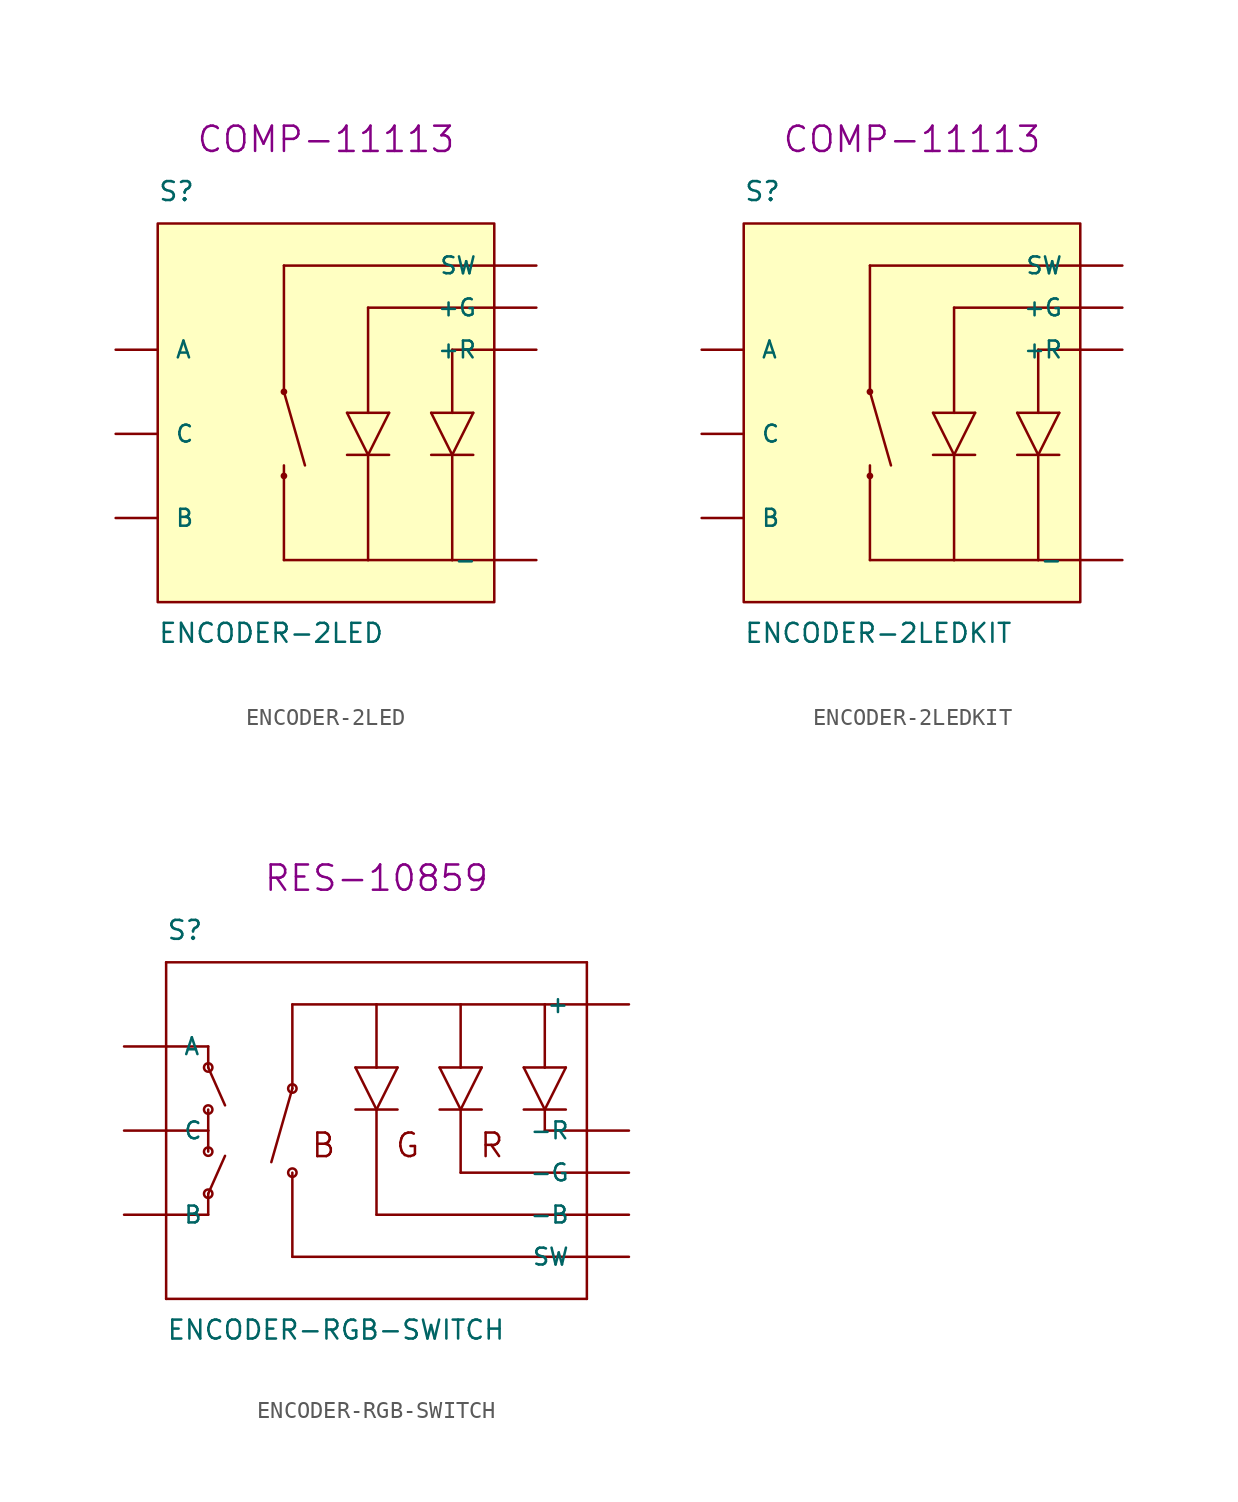
<source format=kicad_sym>
(kicad_symbol_lib
  (version 20201005)
  (generator kicad_symbol_editor)
  (symbol "ENCODER-2LED"
    (pin_numbers hide)
    (pin_names
      (offset 1.016))
    (property "Reference" "S"
      (at -10.16 13.97 0)
      (effects (font (size 1.143 1.143)) (justify left bottom)))
    (property "Value" "ENCODER-2LED"
      (at -10.16 -12.7 0)
      (effects (font (size 1.143 1.143)) (justify left bottom)))
    (property "Field4" "COMP-11113"
      (at 0 17.78 0)
      (effects (font (size 1.524 1.524))))
    (property "ki_locked" ""
      (at 0 0 0)
      (effects (font (size 1.27 1.27))))
    (symbol "ENCODER-2LED_1_0"
      (polyline (pts (xy -2.54 -7.62) (xy 2.54 -7.62)) (stroke (width 0)) (fill (type none)))
      (polyline (pts (xy -2.54 -1.905) (xy -2.54 -7.62)) (stroke (width 0)) (fill (type none)))
      (polyline (pts (xy -2.54 2.54) (xy -2.54 10.16)) (stroke (width 0)) (fill (type none)))
      (polyline (pts (xy -2.54 2.54) (xy -1.27 -1.905)) (stroke (width 0)) (fill (type none)))
      (polyline (pts (xy -2.54 10.16) (xy 10.16 10.16)) (stroke (width 0)) (fill (type none)))
      (polyline (pts (xy 2.54 -7.62) (xy 7.62 -7.62)) (stroke (width 0)) (fill (type none)))
      (polyline (pts (xy 2.54 -1.27) (xy 1.27 -1.27)) (stroke (width 0)) (fill (type none)))
      (polyline (pts (xy 2.54 -1.27) (xy 1.27 1.27)) (stroke (width 0)) (fill (type none)))
      (polyline (pts (xy 2.54 -1.27) (xy 2.54 -7.62)) (stroke (width 0)) (fill (type none)))
      (polyline (pts (xy 2.54 1.27) (xy 1.27 1.27)) (stroke (width 0)) (fill (type none)))
      (polyline (pts (xy 2.54 1.27) (xy 2.54 7.62)) (stroke (width 0)) (fill (type none)))
      (polyline (pts (xy 2.54 7.62) (xy 10.16 7.62)) (stroke (width 0)) (fill (type none)))
      (polyline (pts (xy 3.81 -1.27) (xy 2.54 -1.27)) (stroke (width 0)) (fill (type none)))
      (polyline (pts (xy 3.81 1.27) (xy 2.54 -1.27)) (stroke (width 0)) (fill (type none)))
      (polyline (pts (xy 3.81 1.27) (xy 2.54 1.27)) (stroke (width 0)) (fill (type none)))
      (polyline (pts (xy 7.62 -7.62) (xy 10.16 -7.62)) (stroke (width 0)) (fill (type none)))
      (polyline (pts (xy 7.62 -1.27) (xy 6.35 -1.27)) (stroke (width 0)) (fill (type none)))
      (polyline (pts (xy 7.62 -1.27) (xy 6.35 1.27)) (stroke (width 0)) (fill (type none)))
      (polyline (pts (xy 7.62 -1.27) (xy 7.62 -7.62)) (stroke (width 0)) (fill (type none)))
      (polyline (pts (xy 7.62 1.27) (xy 6.35 1.27)) (stroke (width 0)) (fill (type none)))
      (polyline (pts (xy 7.62 1.27) (xy 7.62 5.08)) (stroke (width 0)) (fill (type none)))
      (polyline (pts (xy 7.62 5.08) (xy 10.16 5.08)) (stroke (width 0)) (fill (type none)))
      (polyline (pts (xy 8.89 -1.27) (xy 7.62 -1.27)) (stroke (width 0)) (fill (type none)))
      (polyline (pts (xy 8.89 1.27) (xy 7.62 -1.27)) (stroke (width 0)) (fill (type none)))
      (polyline (pts (xy 8.89 1.27) (xy 7.62 1.27)) (stroke (width 0)) (fill (type none))))
    (symbol "ENCODER-2LED_1_1"
      (circle (center -2.54 -2.54) (radius 0.127) (stroke (width 0)) (fill (type outline)))
      (circle (center -2.54 2.54) (radius 0.127) (stroke (width 0)) (fill (type outline)))
      (polyline (pts (xy -10.16 12.7) (xy -10.16 -10.16) (xy 10.16 -10.16) (xy 10.16 -7.62) (xy 10.16 5.08) (xy 10.16 7.62) (xy 10.16 10.16) (xy 10.16 12.7) (xy -10.16 12.7)) (stroke (width 0)) (fill (type background)))
      (pin bidirectional line (at -12.7 5.08 0) (length 2.54) (name "A" (effects (font (size 1.016 1.016)))) (number "A" (effects (font (size 1.016 1.016)))))
      (pin bidirectional line (at -12.7 -5.08 0) (length 2.54) (name "B" (effects (font (size 1.016 1.016)))) (number "B" (effects (font (size 1.016 1.016)))))
      (pin bidirectional line (at -12.7 0 0) (length 2.54) (name "C" (effects (font (size 1.016 1.016)))) (number "C" (effects (font (size 1.016 1.016)))))
      (pin passive line (at 12.7 7.62 180) (length 2.54) (name "+G" (effects (font (size 1.016 1.016)))) (number "+G" (effects (font (size 1.016 1.016)))))
      (pin passive line (at 12.7 5.08 180) (length 2.54) (name "+R" (effects (font (size 1.016 1.016)))) (number "+R" (effects (font (size 1.016 1.016)))))
      (pin passive line (at 12.7 10.16 180) (length 2.54) (name "SW" (effects (font (size 1.016 1.016)))) (number "SW" (effects (font (size 1.016 1.016)))))
      (pin passive line (at 12.7 -7.62 180) (length 2.54) (name "-" (effects (font (size 1.016 1.016)))) (number "GND" (effects (font (size 1.016 1.016)))))))
  (symbol "ENCODER-2LEDKIT"
    (pin_numbers hide)
    (pin_names
      (offset 1.016))
    (property "Reference" "S"
      (at -10.16 13.97 0)
      (effects (font (size 1.143 1.143)) (justify left bottom)))
    (property "Value" "ENCODER-2LEDKIT"
      (at -10.16 -12.7 0)
      (effects (font (size 1.143 1.143)) (justify left bottom)))
    (property "Field4" "COMP-11113"
      (at 0 17.78 0)
      (effects (font (size 1.524 1.524))))
    (property "ki_locked" ""
      (at 0 0 0)
      (effects (font (size 1.27 1.27))))
    (symbol "ENCODER-2LEDKIT_1_0"
      (polyline (pts (xy -2.54 -7.62) (xy 2.54 -7.62)) (stroke (width 0)) (fill (type none)))
      (polyline (pts (xy -2.54 -1.905) (xy -2.54 -7.62)) (stroke (width 0)) (fill (type none)))
      (polyline (pts (xy -2.54 2.54) (xy -2.54 10.16)) (stroke (width 0)) (fill (type none)))
      (polyline (pts (xy -2.54 2.54) (xy -1.27 -1.905)) (stroke (width 0)) (fill (type none)))
      (polyline (pts (xy -2.54 10.16) (xy 10.16 10.16)) (stroke (width 0)) (fill (type none)))
      (polyline (pts (xy 2.54 -7.62) (xy 7.62 -7.62)) (stroke (width 0)) (fill (type none)))
      (polyline (pts (xy 2.54 -1.27) (xy 1.27 -1.27)) (stroke (width 0)) (fill (type none)))
      (polyline (pts (xy 2.54 -1.27) (xy 1.27 1.27)) (stroke (width 0)) (fill (type none)))
      (polyline (pts (xy 2.54 -1.27) (xy 2.54 -7.62)) (stroke (width 0)) (fill (type none)))
      (polyline (pts (xy 2.54 1.27) (xy 1.27 1.27)) (stroke (width 0)) (fill (type none)))
      (polyline (pts (xy 2.54 1.27) (xy 2.54 7.62)) (stroke (width 0)) (fill (type none)))
      (polyline (pts (xy 2.54 7.62) (xy 10.16 7.62)) (stroke (width 0)) (fill (type none)))
      (polyline (pts (xy 3.81 -1.27) (xy 2.54 -1.27)) (stroke (width 0)) (fill (type none)))
      (polyline (pts (xy 3.81 1.27) (xy 2.54 -1.27)) (stroke (width 0)) (fill (type none)))
      (polyline (pts (xy 3.81 1.27) (xy 2.54 1.27)) (stroke (width 0)) (fill (type none)))
      (polyline (pts (xy 7.62 -7.62) (xy 10.16 -7.62)) (stroke (width 0)) (fill (type none)))
      (polyline (pts (xy 7.62 -1.27) (xy 6.35 -1.27)) (stroke (width 0)) (fill (type none)))
      (polyline (pts (xy 7.62 -1.27) (xy 6.35 1.27)) (stroke (width 0)) (fill (type none)))
      (polyline (pts (xy 7.62 -1.27) (xy 7.62 -7.62)) (stroke (width 0)) (fill (type none)))
      (polyline (pts (xy 7.62 1.27) (xy 6.35 1.27)) (stroke (width 0)) (fill (type none)))
      (polyline (pts (xy 7.62 1.27) (xy 7.62 5.08)) (stroke (width 0)) (fill (type none)))
      (polyline (pts (xy 7.62 5.08) (xy 10.16 5.08)) (stroke (width 0)) (fill (type none)))
      (polyline (pts (xy 8.89 -1.27) (xy 7.62 -1.27)) (stroke (width 0)) (fill (type none)))
      (polyline (pts (xy 8.89 1.27) (xy 7.62 -1.27)) (stroke (width 0)) (fill (type none)))
      (polyline (pts (xy 8.89 1.27) (xy 7.62 1.27)) (stroke (width 0)) (fill (type none))))
    (symbol "ENCODER-2LEDKIT_1_1"
      (circle (center -2.54 -2.54) (radius 0.127) (stroke (width 0)) (fill (type outline)))
      (circle (center -2.54 2.54) (radius 0.127) (stroke (width 0)) (fill (type outline)))
      (polyline (pts (xy -10.16 12.7) (xy -10.16 -10.16) (xy 10.16 -10.16) (xy 10.16 -7.62) (xy 10.16 5.08) (xy 10.16 7.62) (xy 10.16 10.16) (xy 10.16 12.7) (xy -10.16 12.7)) (stroke (width 0)) (fill (type background)))
      (pin bidirectional line (at -12.7 5.08 0) (length 2.54) (name "A" (effects (font (size 1.016 1.016)))) (number "A" (effects (font (size 1.016 1.016)))))
      (pin bidirectional line (at -12.7 -5.08 0) (length 2.54) (name "B" (effects (font (size 1.016 1.016)))) (number "B" (effects (font (size 1.016 1.016)))))
      (pin bidirectional line (at -12.7 0 0) (length 2.54) (name "C" (effects (font (size 1.016 1.016)))) (number "C" (effects (font (size 1.016 1.016)))))
      (pin passive line (at 12.7 7.62 180) (length 2.54) (name "+G" (effects (font (size 1.016 1.016)))) (number "+G" (effects (font (size 1.016 1.016)))))
      (pin passive line (at 12.7 5.08 180) (length 2.54) (name "+R" (effects (font (size 1.016 1.016)))) (number "+R" (effects (font (size 1.016 1.016)))))
      (pin passive line (at 12.7 10.16 180) (length 2.54) (name "SW" (effects (font (size 1.016 1.016)))) (number "SW" (effects (font (size 1.016 1.016)))))
      (pin passive line (at 12.7 -7.62 180) (length 2.54) (name "-" (effects (font (size 1.016 1.016)))) (number "GND" (effects (font (size 1.016 1.016)))))))
  (symbol "ENCODER-RGB-SWITCH"
    (pin_numbers hide)
    (pin_names
      (offset 1.016))
    (property "Reference" "S"
      (at -12.7 11.43 0)
      (effects (font (size 1.143 1.143)) (justify left bottom)))
    (property "Value" "ENCODER-RGB-SWITCH"
      (at -12.7 -12.7 0)
      (effects (font (size 1.143 1.143)) (justify left bottom)))
    (property "Field4" "RES-10859"
      (at 0 15.24 0)
      (effects (font (size 1.524 1.524))))
    (property "ki_locked" ""
      (at 0 0 0)
      (effects (font (size 1.27 1.27))))
    (symbol "ENCODER-RGB-SWITCH_1_0"
      (text "B" (at -3.2 -0.889 0) (effects (font (size 1.422 1.422))))
      (text "G" (at 1.88 -0.889 0) (effects (font (size 1.422 1.422))))
      (text "R" (at 6.96 -0.889 0) (effects (font (size 1.422 1.422))))
      (polyline (pts (xy -12.7 -10.16) (xy 12.7 -10.16)) (stroke (width 0)) (fill (type none)))
      (polyline (pts (xy -12.7 -5.08) (xy -12.7 -10.16)) (stroke (width 0)) (fill (type none)))
      (polyline (pts (xy -12.7 0) (xy -12.7 -5.08)) (stroke (width 0)) (fill (type none)))
      (polyline (pts (xy -12.7 5.08) (xy -12.7 0)) (stroke (width 0)) (fill (type none)))
      (polyline (pts (xy -12.7 5.08) (xy -10.16 5.08)) (stroke (width 0)) (fill (type none)))
      (polyline (pts (xy -12.7 10.16) (xy -12.7 5.08)) (stroke (width 0)) (fill (type none)))
      (polyline (pts (xy -10.16 -5.08) (xy -12.7 -5.08)) (stroke (width 0)) (fill (type none)))
      (polyline (pts (xy -10.16 -5.08) (xy -10.16 -3.81)) (stroke (width 0)) (fill (type none)))
      (polyline (pts (xy -10.16 -3.81) (xy -9.144 -1.524)) (stroke (width 0)) (fill (type none)))
      (polyline (pts (xy -10.16 0) (xy -12.7 0)) (stroke (width 0)) (fill (type none)))
      (polyline (pts (xy -10.16 0) (xy -10.16 -1.27)) (stroke (width 0)) (fill (type none)))
      (polyline (pts (xy -10.16 0) (xy -10.16 1.27)) (stroke (width 0)) (fill (type none)))
      (polyline (pts (xy -10.16 3.81) (xy -9.144 1.524)) (stroke (width 0)) (fill (type none)))
      (polyline (pts (xy -10.16 5.08) (xy -10.16 3.81)) (stroke (width 0)) (fill (type none)))
      (polyline (pts (xy -5.08 -7.62) (xy -5.08 -2.54)) (stroke (width 0)) (fill (type none)))
      (polyline (pts (xy -5.08 -7.62) (xy 12.7 -7.62)) (stroke (width 0)) (fill (type none)))
      (polyline (pts (xy -5.08 2.54) (xy -6.35 -1.905)) (stroke (width 0)) (fill (type none)))
      (polyline (pts (xy -5.08 7.62) (xy -5.08 2.54)) (stroke (width 0)) (fill (type none)))
      (polyline (pts (xy -5.08 7.62) (xy 0 7.62)) (stroke (width 0)) (fill (type none)))
      (polyline (pts (xy -1.27 1.27) (xy 0 1.27)) (stroke (width 0)) (fill (type none)))
      (polyline (pts (xy -1.27 3.81) (xy 0 1.27)) (stroke (width 0)) (fill (type none)))
      (polyline (pts (xy -1.27 3.81) (xy 0 3.81)) (stroke (width 0)) (fill (type none)))
      (polyline (pts (xy 0 -5.08) (xy 0 1.27)) (stroke (width 0)) (fill (type none)))
      (polyline (pts (xy 0 -5.08) (xy 12.7 -5.08)) (stroke (width 0)) (fill (type none)))
      (polyline (pts (xy 0 1.27) (xy 1.27 1.27)) (stroke (width 0)) (fill (type none)))
      (polyline (pts (xy 0 1.27) (xy 1.27 3.81)) (stroke (width 0)) (fill (type none)))
      (polyline (pts (xy 0 3.81) (xy 1.27 3.81)) (stroke (width 0)) (fill (type none)))
      (polyline (pts (xy 0 7.62) (xy 0 3.81)) (stroke (width 0)) (fill (type none)))
      (polyline (pts (xy 0 7.62) (xy 5.08 7.62)) (stroke (width 0)) (fill (type none)))
      (polyline (pts (xy 3.81 1.27) (xy 5.08 1.27)) (stroke (width 0)) (fill (type none)))
      (polyline (pts (xy 3.81 3.81) (xy 5.08 1.27)) (stroke (width 0)) (fill (type none)))
      (polyline (pts (xy 3.81 3.81) (xy 5.08 3.81)) (stroke (width 0)) (fill (type none)))
      (polyline (pts (xy 5.08 -2.54) (xy 5.08 1.27)) (stroke (width 0)) (fill (type none)))
      (polyline (pts (xy 5.08 -2.54) (xy 12.7 -2.54)) (stroke (width 0)) (fill (type none)))
      (polyline (pts (xy 5.08 1.27) (xy 6.35 1.27)) (stroke (width 0)) (fill (type none)))
      (polyline (pts (xy 5.08 1.27) (xy 6.35 3.81)) (stroke (width 0)) (fill (type none)))
      (polyline (pts (xy 5.08 3.81) (xy 6.35 3.81)) (stroke (width 0)) (fill (type none)))
      (polyline (pts (xy 5.08 7.62) (xy 5.08 3.81)) (stroke (width 0)) (fill (type none)))
      (polyline (pts (xy 5.08 7.62) (xy 10.16 7.62)) (stroke (width 0)) (fill (type none)))
      (polyline (pts (xy 8.89 1.27) (xy 10.16 1.27)) (stroke (width 0)) (fill (type none)))
      (polyline (pts (xy 8.89 3.81) (xy 10.16 1.27)) (stroke (width 0)) (fill (type none)))
      (polyline (pts (xy 8.89 3.81) (xy 10.16 3.81)) (stroke (width 0)) (fill (type none)))
      (polyline (pts (xy 10.16 0) (xy 10.16 1.27)) (stroke (width 0)) (fill (type none)))
      (polyline (pts (xy 10.16 0) (xy 12.7 0)) (stroke (width 0)) (fill (type none)))
      (polyline (pts (xy 10.16 1.27) (xy 11.43 1.27)) (stroke (width 0)) (fill (type none)))
      (polyline (pts (xy 10.16 1.27) (xy 11.43 3.81)) (stroke (width 0)) (fill (type none)))
      (polyline (pts (xy 10.16 3.81) (xy 11.43 3.81)) (stroke (width 0)) (fill (type none)))
      (polyline (pts (xy 10.16 7.62) (xy 10.16 3.81)) (stroke (width 0)) (fill (type none)))
      (polyline (pts (xy 10.16 7.62) (xy 12.7 7.62)) (stroke (width 0)) (fill (type none)))
      (polyline (pts (xy 12.7 10.16) (xy -12.7 10.16)) (stroke (width 0)) (fill (type none)))
      (polyline (pts (xy 12.7 10.16) (xy 12.7 -10.16)) (stroke (width 0)) (fill (type none))))
    (symbol "ENCODER-RGB-SWITCH_1_1"
      (circle (center -10.16 -3.81) (radius 0.254) (stroke (width 0)) (fill (type none)))
      (circle (center -10.16 -1.27) (radius 0.254) (stroke (width 0)) (fill (type none)))
      (circle (center -10.16 1.27) (radius 0.254) (stroke (width 0)) (fill (type none)))
      (circle (center -10.16 3.81) (radius 0.254) (stroke (width 0)) (fill (type none)))
      (circle (center -5.08 -2.54) (radius 0.254) (stroke (width 0)) (fill (type none)))
      (circle (center -5.08 2.54) (radius 0.254) (stroke (width 0)) (fill (type none)))
      (pin passive line (at 15.24 0 180) (length 2.54) (name "-R" (effects (font (size 1.016 1.016)))) (number "1" (effects (font (size 1.016 1.016)))))
      (pin passive line (at 15.24 -2.54 180) (length 2.54) (name "-G" (effects (font (size 1.016 1.016)))) (number "2" (effects (font (size 1.016 1.016)))))
      (pin passive line (at 15.24 -7.62 180) (length 2.54) (name "SW" (effects (font (size 1.016 1.016)))) (number "3" (effects (font (size 1.016 1.016)))))
      (pin passive line (at 15.24 -5.08 180) (length 2.54) (name "-B" (effects (font (size 1.016 1.016)))) (number "4" (effects (font (size 1.016 1.016)))))
      (pin passive line (at 15.24 7.62 180) (length 2.54) (name "+" (effects (font (size 1.016 1.016)))) (number "5" (effects (font (size 1.016 1.016)))))
      (pin bidirectional line (at -15.24 5.08 0) (length 2.54) (name "A" (effects (font (size 1.016 1.016)))) (number "A" (effects (font (size 1.016 1.016)))))
      (pin bidirectional line (at -15.24 -5.08 0) (length 2.54) (name "B" (effects (font (size 1.016 1.016)))) (number "B" (effects (font (size 1.016 1.016)))))
      (pin bidirectional line (at -15.24 0 0) (length 2.54) (name "C" (effects (font (size 1.016 1.016)))) (number "C" (effects (font (size 1.016 1.016))))))))
</source>
